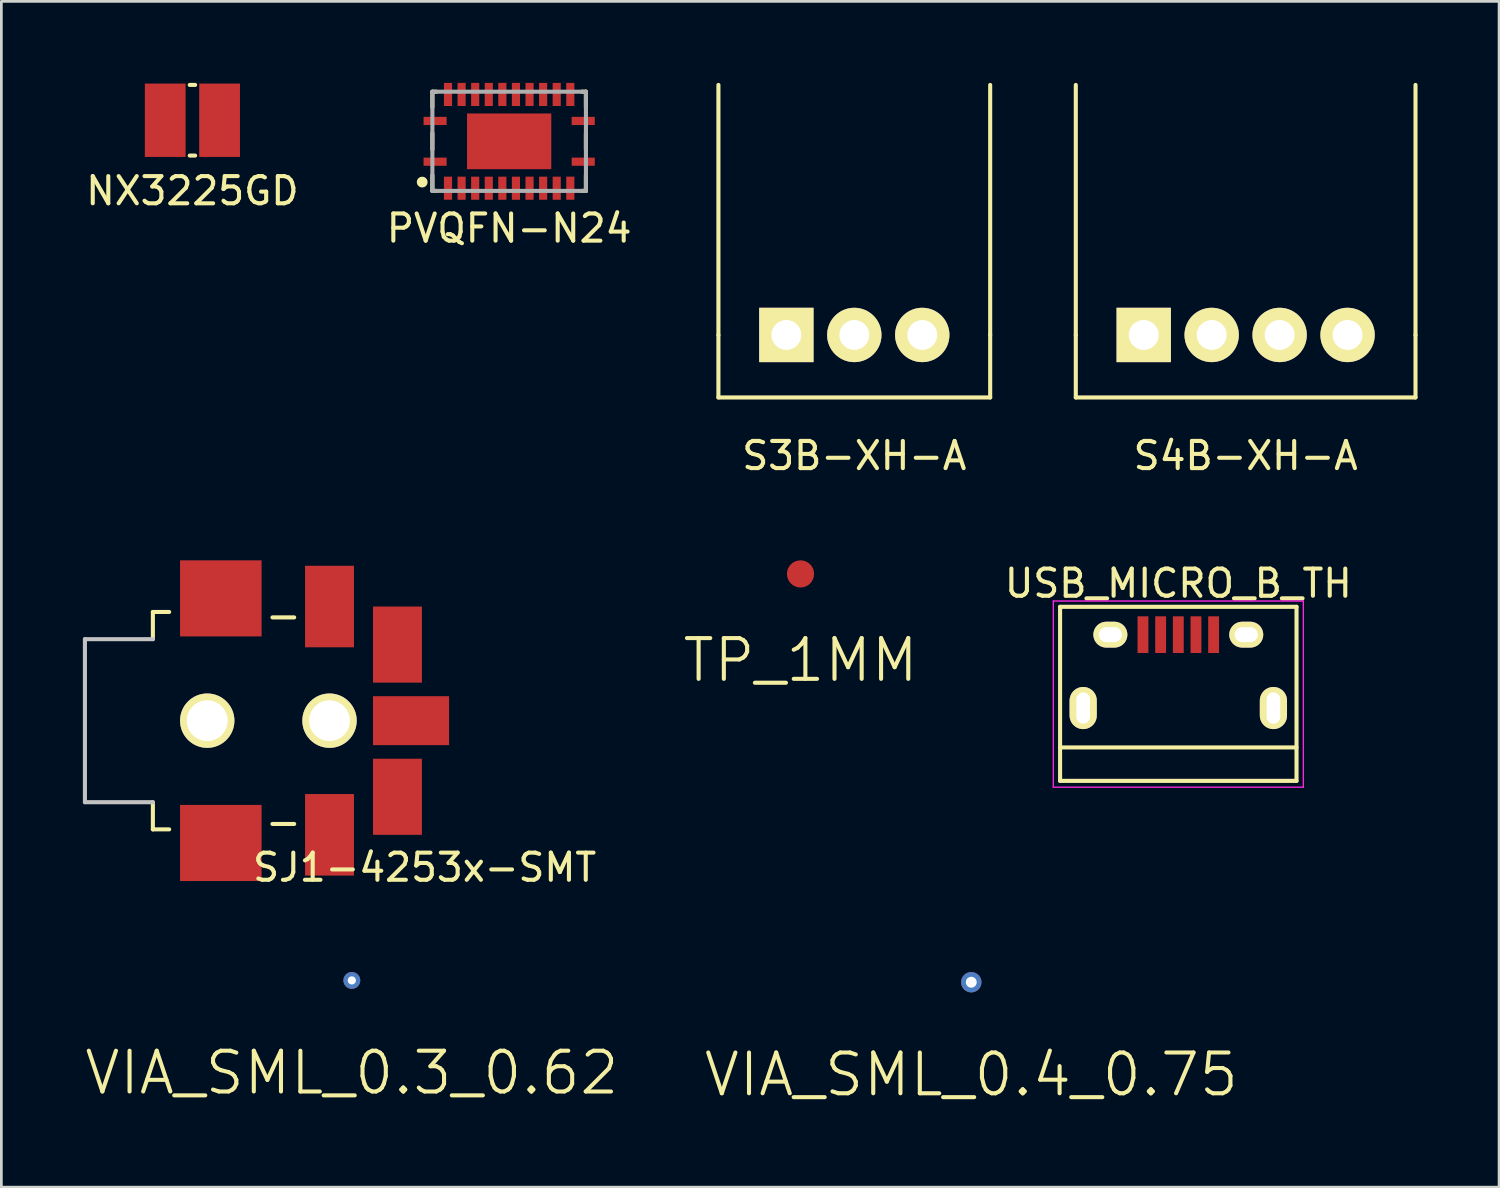
<source format=kicad_pcb>
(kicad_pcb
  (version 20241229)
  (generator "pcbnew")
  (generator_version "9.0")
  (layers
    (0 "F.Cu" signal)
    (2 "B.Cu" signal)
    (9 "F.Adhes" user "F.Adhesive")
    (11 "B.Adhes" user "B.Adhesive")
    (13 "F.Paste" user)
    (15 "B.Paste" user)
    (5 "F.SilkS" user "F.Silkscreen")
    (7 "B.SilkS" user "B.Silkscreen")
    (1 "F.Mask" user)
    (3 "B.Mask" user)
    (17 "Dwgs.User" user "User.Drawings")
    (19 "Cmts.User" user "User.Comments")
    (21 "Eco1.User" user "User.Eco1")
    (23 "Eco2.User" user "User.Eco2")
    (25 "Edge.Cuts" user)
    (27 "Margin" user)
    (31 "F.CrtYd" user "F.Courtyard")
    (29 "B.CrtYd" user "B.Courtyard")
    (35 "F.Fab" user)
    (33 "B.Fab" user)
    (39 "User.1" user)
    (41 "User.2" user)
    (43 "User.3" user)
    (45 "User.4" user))
  (footprint "USB_MICRO_B_TH"
    (layer "F.Cu")
    (at 40.308 21.866)
    (property "Reference" "USB_MICRO_B_TH" (at 0 -3.45 0) (layer "F.SilkS") (effects (font (size 1 1) (thickness 0.15))))
    (attr smd)
    (fp_line (start -4.351 -2.588) (end 4.349 -2.588) (stroke (width 0.15) (type solid)) (layer "F.SilkS"))
    (fp_line (start -4.351 3.817) (end -4.351 -2.588) (stroke (width 0.15) (type solid)) (layer "F.SilkS"))
    (fp_line (start -4.351 3.817) (end 4.349 3.817) (stroke (width 0.15) (type solid)) (layer "F.SilkS"))
    (fp_line (start 4.349 -2.588) (end 4.349 3.817) (stroke (width 0.15) (type solid)) (layer "F.SilkS"))
    (fp_line (start 4.349 2.587) (end -4.351 2.587) (stroke (width 0.15) (type solid)) (layer "F.SilkS"))
    (fp_line (start -4.6 -2.8) (end 4.6 -2.8) (stroke (width 0.05) (type solid)) (layer "F.CrtYd"))
    (fp_line (start -4.6 4.05) (end -4.6 -2.8) (stroke (width 0.05) (type solid)) (layer "F.CrtYd"))
    (fp_line (start 4.6 -2.8) (end 4.6 4.05) (stroke (width 0.05) (type solid)) (layer "F.CrtYd"))
    (fp_line (start 4.6 4.05) (end -4.6 4.05) (stroke (width 0.05) (type solid)) (layer "F.CrtYd"))
    (pad "1" smd rect (at -1.301 -1.563 90) (size 1.35 0.4) (layers "F.Cu" "F.Mask" "F.Paste"))
    (pad "2" smd rect (at -0.651 -1.563 90) (size 1.35 0.4) (layers "F.Cu" "F.Mask" "F.Paste"))
    (pad "3" smd rect (at -0.001 -1.563 90) (size 1.35 0.4) (layers "F.Cu" "F.Mask" "F.Paste"))
    (pad "4" smd rect (at 0.649 -1.563 90) (size 1.35 0.4) (layers "F.Cu" "F.Mask" "F.Paste"))
    (pad "5" smd rect (at 1.299 -1.563 90) (size 1.35 0.4) (layers "F.Cu" "F.Mask" "F.Paste"))
    (pad "6" thru_hole oval (at -3.501 1.137 90) (size 1.55 1) (drill oval 1.15 0.5) (layers "*.Cu" "*.Mask" "F.SilkS"))
    (pad "6" thru_hole oval (at -2.501 -1.563 90) (size 0.95 1.25) (drill oval 0.55 0.85) (layers "*.Cu" "*.Mask" "F.SilkS"))
    (pad "6" thru_hole oval (at 2.499 -1.563 90) (size 0.95 1.25) (drill oval 0.55 0.85) (layers "*.Cu" "*.Mask" "F.SilkS"))
    (pad "6" thru_hole oval (at 3.499 1.137 90) (size 1.55 1) (drill oval 1.15 0.5) (layers "*.Cu" "*.Mask" "F.SilkS")))
  (footprint "TP_1MM"
    (layer "F.Cu")
    (at 26.406 18.068)
    (property "Reference" "TP_1MM" (at 0 3.175 0) (layer "F.SilkS") (effects (font (size 1.5 1.5) (thickness 0.15))))
    (attr through_hole)
    (pad "1" smd circle (at 0 0) (size 1 1) (layers "F.Cu" "F.Mask")))
  (footprint "S4B-XH-A"
    (layer "F.Cu")
    (at 42.785 9.275)
    (property "Reference" "S4B-XH-A" (at 0 4.445 0) (layer "F.SilkS") (effects (font (size 1 1) (thickness 0.15))))
    (attr through_hole)
    (fp_line (start -6.25 0) (end -6.25 -9.2) (stroke (width 0.15) (type solid)) (layer "F.SilkS"))
    (fp_line (start -6.25 0) (end -6.25 2.3) (stroke (width 0.15) (type solid)) (layer "F.SilkS"))
    (fp_line (start -6.25 2.3) (end 6.25 2.3) (stroke (width 0.15) (type solid)) (layer "F.SilkS"))
    (fp_line (start 6.25 0) (end 6.25 -9.2) (stroke (width 0.15) (type solid)) (layer "F.SilkS"))
    (fp_line (start 6.25 0) (end 6.25 2.3) (stroke (width 0.15) (type solid)) (layer "F.SilkS"))
    (pad "1" thru_hole rect (at -3.75 0) (size 2 2) (drill 1.1) (layers "*.Cu" "*.Mask" "F.SilkS"))
    (pad "2" thru_hole circle (at -1.25 0) (size 2 2) (drill 1.1) (layers "*.Cu" "*.Mask" "F.SilkS"))
    (pad "3" thru_hole circle (at 1.25 0) (size 2 2) (drill 1.1) (layers "*.Cu" "*.Mask" "F.SilkS"))
    (pad "4" thru_hole circle (at 3.75 0) (size 2 2) (drill 1.1) (layers "*.Cu" "*.Mask" "F.SilkS")))
  (footprint "SJ1-4253x-SMT"
    (layer "F.Cu")
    (at 4.575 23.468)
    (property "Reference" "SJ1-4253x-SMT" (at 8 5.4 0) (layer "F.SilkS") (effects (font (size 1 1) (thickness 0.15))))
    (attr through_hole)
    (fp_line (start -2 -4) (end -2 -3) (stroke (width 0.15) (type solid)) (layer "F.SilkS"))
    (fp_line (start -2 -4) (end -1.4 -4) (stroke (width 0.15) (type solid)) (layer "F.SilkS"))
    (fp_line (start -2 4) (end -2 3) (stroke (width 0.15) (type solid)) (layer "F.SilkS"))
    (fp_line (start -2 4) (end -1.4 4) (stroke (width 0.15) (type solid)) (layer "F.SilkS"))
    (fp_line (start 2.4 -3.8) (end 3.2 -3.8) (stroke (width 0.15) (type solid)) (layer "F.SilkS"))
    (fp_line (start 2.4 3.8) (end 3.2 3.8) (stroke (width 0.15) (type solid)) (layer "F.SilkS"))
    (fp_line (start -4.5 -3) (end -2 -3) (stroke (width 0.15) (type solid)) (layer "Dwgs.User"))
    (fp_line (start -4.5 3) (end -4.5 -3) (stroke (width 0.15) (type solid)) (layer "Dwgs.User"))
    (fp_line (start -2 3) (end -4.5 3) (stroke (width 0.15) (type solid)) (layer "Dwgs.User"))
    (pad "" np_thru_hole circle (at 0 0) (size 2 2) (drill 1.5) (layers "*.Cu" "*.Mask" "F.SilkS"))
    (pad "" np_thru_hole circle (at 4.5 0) (size 2 2) (drill 1.5) (layers "*.Cu" "*.Mask" "F.SilkS"))
    (pad "1" smd rect (at 7.5 0) (size 2.8 1.8) (layers "F.Cu" "F.Mask" "F.Paste"))
    (pad "2" smd rect (at 4.5 4.2) (size 1.8 3) (layers "F.Cu" "F.Mask" "F.Paste"))
    (pad "3" smd rect (at 4.5 -4.2) (size 1.8 3) (layers "F.Cu" "F.Mask" "F.Paste"))
    (pad "4" smd rect (at 0.5 -4.5) (size 3 2.8) (layers "F.Cu" "F.Mask" "F.Paste"))
    (pad "4" smd rect (at 0.5 4.5) (size 3 2.8) (layers "F.Cu" "F.Mask" "F.Paste"))
    (pad "5" smd rect (at 7 2.8) (size 1.8 2.8) (layers "F.Cu" "F.Mask" "F.Paste"))
    (pad "6" smd rect (at 7 -2.8) (size 1.8 2.8) (layers "F.Cu" "F.Mask" "F.Paste")))
  (footprint "NX3225GD"
    (layer "F.Cu")
    (at 4.03 1.375)
    (property "Reference" "NX3225GD" (at 0 2.6 0) (layer "F.SilkS") (effects (font (size 1 1) (thickness 0.15))))
    (attr through_hole)
    (fp_line (start -0.1 -1.3) (end 0.1 -1.3) (stroke (width 0.15) (type solid)) (layer "F.SilkS"))
    (fp_line (start -0.1 1.3) (end 0.1 1.3) (stroke (width 0.15) (type solid)) (layer "F.SilkS"))
    (pad "1" smd rect (at -1 0) (size 1.5 2.7) (layers "F.Cu" "F.Mask" "F.Paste"))
    (pad "2" smd rect (at 1 0) (size 1.5 2.7) (layers "F.Cu" "F.Mask" "F.Paste")))
  (footprint "VIA_SML_0.3_0.62"
    (layer "F.Cu")
    (at 9.896 33.026)
    (property "Reference" "VIA_SML_0.3_0.62" (at 0 3.4 0) (layer "F.SilkS") (effects (font (size 1.5 1.5) (thickness 0.15))))
    (attr through_hole)
    (pad "1" thru_hole circle (at 0 0) (size 0.62 0.62) (drill 0.3) (layers "*.Cu")))
  (footprint "PVQFN-N24"
    (layer "F.Cu")
    (at 15.685 2.15)
    (property "Reference" "PVQFN-N24" (at 0 3.2 0) (layer "F.SilkS") (effects (font (size 1 1) (thickness 0.15))))
    (attr smd)
    (fp_line (start -2.825 -1.25) (end -2.825 -1.825) (stroke (width 0.15) (type solid)) (layer "F.SilkS"))
    (fp_line (start -2.825 -0.3) (end -2.825 0.3) (stroke (width 0.15) (type solid)) (layer "F.SilkS"))
    (fp_line (start -2.825 1.25) (end -2.825 1.825) (stroke (width 0.15) (type solid)) (layer "F.SilkS"))
    (fp_line (start -2.825 1.825) (end -2.675 1.825) (stroke (width 0.15) (type solid)) (layer "F.SilkS"))
    (fp_line (start -2.675 -1.825) (end -2.825 -1.825) (stroke (width 0.15) (type solid)) (layer "F.SilkS"))
    (fp_line (start 2.675 1.825) (end 2.825 1.825) (stroke (width 0.15) (type solid)) (layer "F.SilkS"))
    (fp_line (start 2.825 -1.825) (end 2.675 -1.825) (stroke (width 0.15) (type solid)) (layer "F.SilkS"))
    (fp_line (start 2.825 -1.25) (end 2.825 -1.825) (stroke (width 0.15) (type solid)) (layer "F.SilkS"))
    (fp_line (start 2.825 -0.3) (end 2.825 0.3) (stroke (width 0.15) (type solid)) (layer "F.SilkS"))
    (fp_line (start 2.825 1.25) (end 2.825 1.825) (stroke (width 0.15) (type solid)) (layer "F.SilkS"))
    (fp_circle (center -3.2 1.5) (end -3.3 1.5) (stroke (width 0.2) (type solid)) (fill no) (layer "F.SilkS"))
    (fp_line (start -2.825 -1.825) (end -2.825 1.825) (stroke (width 0.15) (type solid)) (layer "F.Fab"))
    (fp_line (start -2.825 -1.825) (end 2.825 -1.825) (stroke (width 0.15) (type solid)) (layer "F.Fab"))
    (fp_line (start -2.825 1.825) (end 2.825 1.825) (stroke (width 0.15) (type solid)) (layer "F.Fab"))
    (fp_line (start 2.825 -1.825) (end 2.825 1.825) (stroke (width 0.15) (type solid)) (layer "F.Fab"))
    (pad "1" smd rect (at -2.725 0.75 90) (size 0.3 0.85) (layers "F.Cu" "F.Mask" "F.Paste"))
    (pad "2" smd rect (at -2.25 1.725 180) (size 0.3 0.85) (layers "F.Cu" "F.Mask" "F.Paste"))
    (pad "3" smd rect (at -1.75 1.725 180) (size 0.3 0.85) (layers "F.Cu" "F.Mask" "F.Paste"))
    (pad "4" smd rect (at -1.25 1.725 180) (size 0.3 0.85) (layers "F.Cu" "F.Mask" "F.Paste"))
    (pad "5" smd rect (at -0.75 1.725 180) (size 0.3 0.85) (layers "F.Cu" "F.Mask" "F.Paste"))
    (pad "6" smd rect (at -0.25 1.725 180) (size 0.3 0.85) (layers "F.Cu" "F.Mask" "F.Paste"))
    (pad "7" smd rect (at 0.25 1.725 180) (size 0.3 0.85) (layers "F.Cu" "F.Mask" "F.Paste"))
    (pad "8" smd rect (at 0.75 1.725 180) (size 0.3 0.85) (layers "F.Cu" "F.Mask" "F.Paste"))
    (pad "9" smd rect (at 1.25 1.725 180) (size 0.3 0.85) (layers "F.Cu" "F.Mask" "F.Paste"))
    (pad "10" smd rect (at 1.75 1.725 180) (size 0.3 0.85) (layers "F.Cu" "F.Mask" "F.Paste"))
    (pad "11" smd rect (at 2.25 1.725 180) (size 0.3 0.85) (layers "F.Cu" "F.Mask" "F.Paste"))
    (pad "12" smd rect (at 2.725 0.75 90) (size 0.3 0.85) (layers "F.Cu" "F.Mask" "F.Paste"))
    (pad "13" smd rect (at 2.725 -0.75 90) (size 0.3 0.85) (layers "F.Cu" "F.Mask" "F.Paste"))
    (pad "14" smd rect (at 2.25 -1.725 180) (size 0.3 0.85) (layers "F.Cu" "F.Mask" "F.Paste"))
    (pad "15" smd rect (at 1.75 -1.725 180) (size 0.3 0.85) (layers "F.Cu" "F.Mask" "F.Paste"))
    (pad "16" smd rect (at 1.25 -1.725 180) (size 0.3 0.85) (layers "F.Cu" "F.Mask" "F.Paste"))
    (pad "17" smd rect (at 0.75 -1.725 180) (size 0.3 0.85) (layers "F.Cu" "F.Mask" "F.Paste"))
    (pad "18" smd rect (at 0.25 -1.725 180) (size 0.3 0.85) (layers "F.Cu" "F.Mask" "F.Paste"))
    (pad "19" smd rect (at -0.25 -1.725 180) (size 0.3 0.85) (layers "F.Cu" "F.Mask" "F.Paste"))
    (pad "20" smd rect (at -0.75 -1.725 180) (size 0.3 0.85) (layers "F.Cu" "F.Mask" "F.Paste"))
    (pad "21" smd rect (at -1.25 -1.725 180) (size 0.3 0.85) (layers "F.Cu" "F.Mask" "F.Paste"))
    (pad "22" smd rect (at -1.75 -1.725 180) (size 0.3 0.85) (layers "F.Cu" "F.Mask" "F.Paste"))
    (pad "23" smd rect (at -2.25 -1.725 180) (size 0.3 0.85) (layers "F.Cu" "F.Mask" "F.Paste"))
    (pad "24" smd rect (at -2.725 -0.75 90) (size 0.3 0.85) (layers "F.Cu" "F.Mask" "F.Paste"))
    (pad "EP" smd rect (at 0 0 180) (size 3.1 2.05) (layers "F.Cu" "F.Mask" "F.Paste")))
  (footprint "S3B-XH-A"
    (layer "F.Cu")
    (at 28.385 9.275)
    (property "Reference" "S3B-XH-A" (at 0 4.445 0) (layer "F.SilkS") (effects (font (size 1 1) (thickness 0.15))))
    (attr through_hole)
    (fp_line (start -5 0) (end -5 -9.2) (stroke (width 0.15) (type solid)) (layer "F.SilkS"))
    (fp_line (start -5 0) (end -5 2.3) (stroke (width 0.15) (type solid)) (layer "F.SilkS"))
    (fp_line (start -5 2.3) (end 5 2.3) (stroke (width 0.15) (type solid)) (layer "F.SilkS"))
    (fp_line (start 5 0) (end 5 -9.2) (stroke (width 0.15) (type solid)) (layer "F.SilkS"))
    (fp_line (start 5 0) (end 5 2.3) (stroke (width 0.15) (type solid)) (layer "F.SilkS"))
    (pad "1" thru_hole rect (at -2.5 0) (size 2 2) (drill 1.1) (layers "*.Cu" "*.Mask" "F.SilkS"))
    (pad "2" thru_hole circle (at 0 0) (size 2 2) (drill 1.1) (layers "*.Cu" "*.Mask" "F.SilkS"))
    (pad "3" thru_hole circle (at 2.5 0) (size 2 2) (drill 1.1) (layers "*.Cu" "*.Mask" "F.SilkS")))
  (footprint "VIA_SML_0.4_0.75"
    (layer "F.Cu")
    (at 32.689 33.092)
    (property "Reference" "VIA_SML_0.4_0.75" (at 0 3.4 0) (layer "F.SilkS") (effects (font (size 1.5 1.5) (thickness 0.15))))
    (attr through_hole)
    (pad "1" thru_hole circle (at 0 0) (size 0.75 0.75) (drill 0.4) (layers "*.Cu")))
  (gr_rect
    (start -3 -3)
    (end 52.11 40.632)
    (stroke (width 0.1) (type default))
    (fill no)
    (layer "Edge.Cuts")))
</source>
